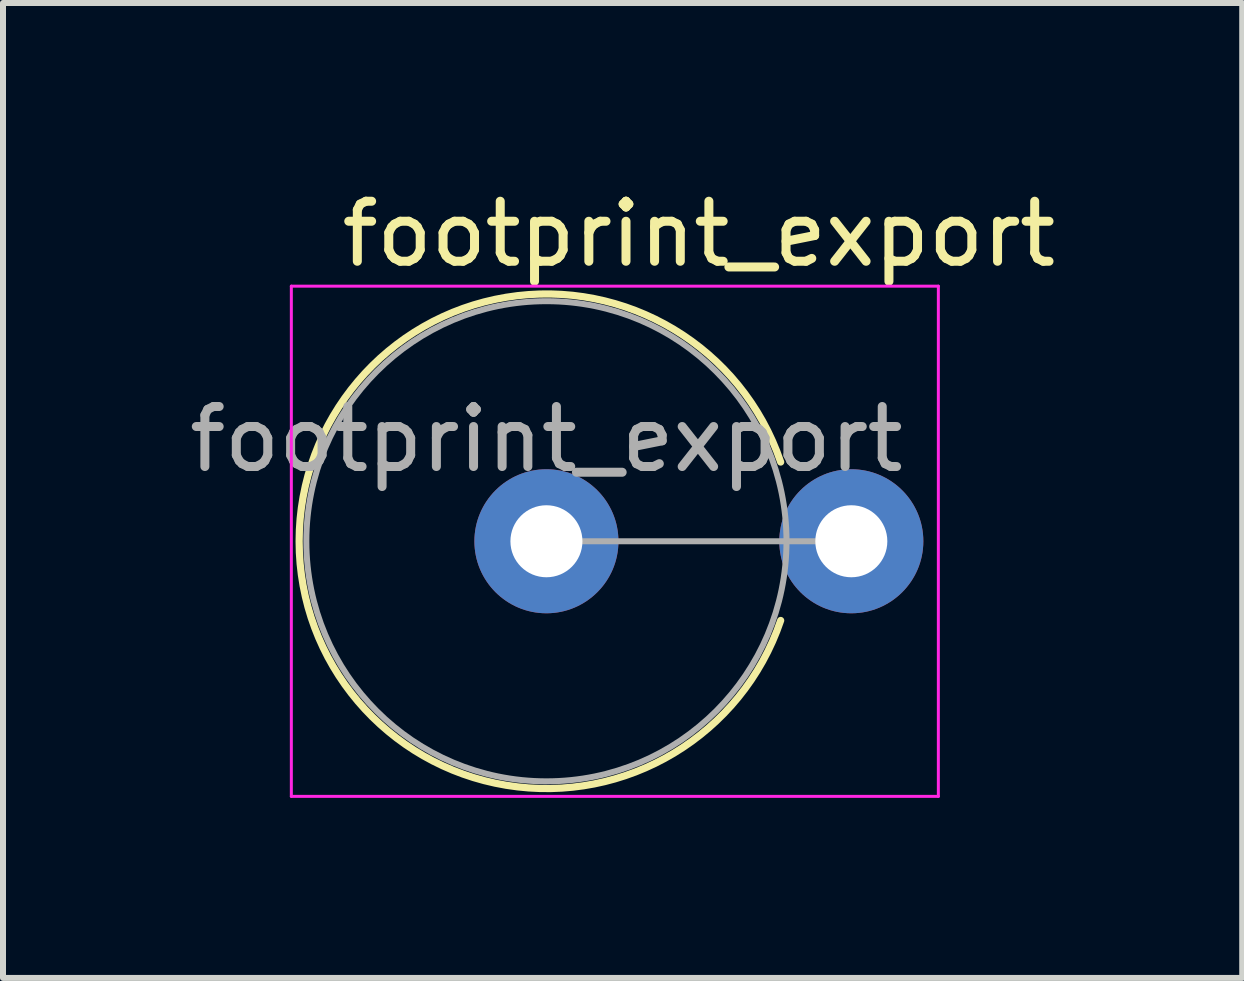
<source format=kicad_pcb>
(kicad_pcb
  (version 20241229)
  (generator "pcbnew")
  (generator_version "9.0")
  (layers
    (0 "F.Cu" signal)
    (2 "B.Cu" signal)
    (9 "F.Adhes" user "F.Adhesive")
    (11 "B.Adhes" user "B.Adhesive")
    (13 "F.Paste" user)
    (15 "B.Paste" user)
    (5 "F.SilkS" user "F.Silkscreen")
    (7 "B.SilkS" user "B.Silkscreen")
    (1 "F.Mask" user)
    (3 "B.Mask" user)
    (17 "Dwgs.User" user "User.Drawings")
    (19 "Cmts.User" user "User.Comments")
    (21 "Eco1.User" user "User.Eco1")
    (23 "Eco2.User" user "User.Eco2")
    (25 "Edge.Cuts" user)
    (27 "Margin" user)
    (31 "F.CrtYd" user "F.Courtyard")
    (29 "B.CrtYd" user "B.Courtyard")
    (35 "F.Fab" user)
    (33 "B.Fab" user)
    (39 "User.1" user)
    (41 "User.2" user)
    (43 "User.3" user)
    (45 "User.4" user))
  (footprint "footprint_export"
    (layer "F.Cu")
    (at 6.054 5.968)
    (property "Reference" "footprint_export" (at 2.54 -5.12 0) (layer "F.SilkS") (effects (font (size 1 1) (thickness 0.15))))
    (attr through_hole)
    (fp_arc (start 3.902819 1.32) (mid -4.12 0) (end 3.902819 -1.32) (stroke (width 0.12) (type solid)) (layer "F.SilkS"))
    (fp_line (start -4.25 -4.25) (end -4.25 4.25) (stroke (width 0.05) (type solid)) (layer "F.CrtYd"))
    (fp_line (start -4.25 4.25) (end 6.53 4.25) (stroke (width 0.05) (type solid)) (layer "F.CrtYd"))
    (fp_line (start 6.53 -4.25) (end -4.25 -4.25) (stroke (width 0.05) (type solid)) (layer "F.CrtYd"))
    (fp_line (start 6.53 4.25) (end 6.53 -4.25) (stroke (width 0.05) (type solid)) (layer "F.CrtYd"))
    (fp_line (start 0 0) (end 5.08 0) (stroke (width 0.1) (type solid)) (layer "F.Fab"))
    (fp_circle (center 0 0) (end 4 0) (stroke (width 0.1) (type solid)) (fill no) (layer "F.Fab"))
    (fp_text user "${REFERENCE}" (at 0 -1.7 0) (layer "F.Fab") (effects (font (size 1 1) (thickness 0.15))))
    (pad "1" thru_hole circle (at 0 0) (size 2.4 2.4) (drill 1.2) (layers "*.Cu" "*.Mask"))
    (pad "2" thru_hole oval (at 5.08 0) (size 2.4 2.4) (drill 1.2) (layers "*.Cu" "*.Mask")))
  (gr_rect
    (start -3 -3)
    (end 17.647 13.243)
    (stroke (width 0.1) (type default))
    (fill no)
    (layer "Edge.Cuts")))
</source>
